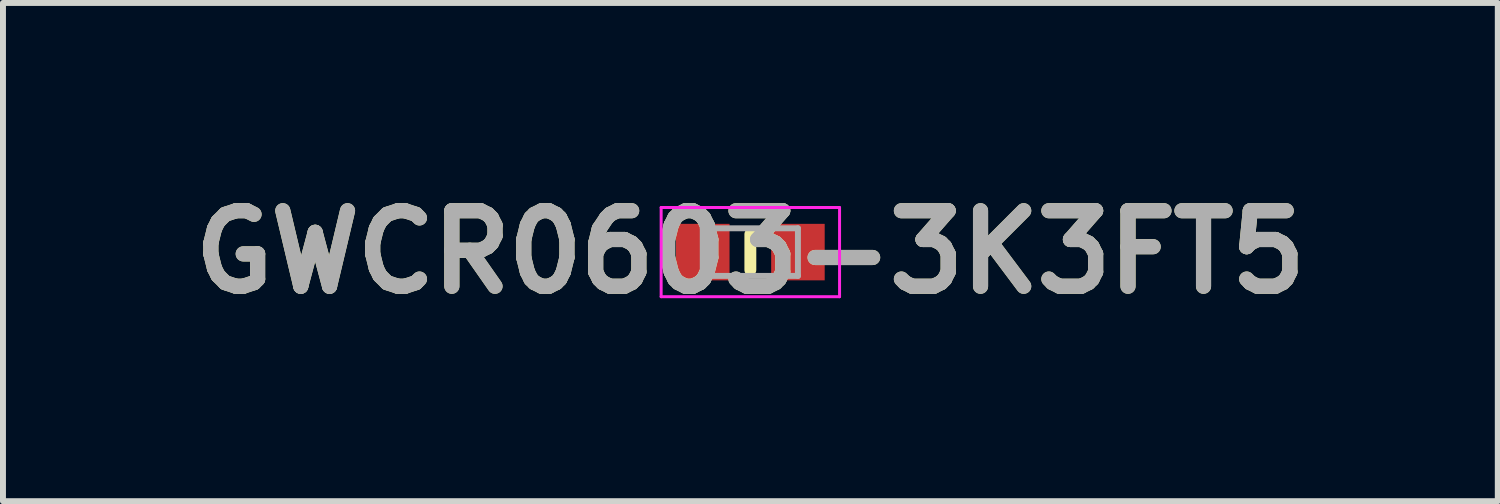
<source format=kicad_pcb>
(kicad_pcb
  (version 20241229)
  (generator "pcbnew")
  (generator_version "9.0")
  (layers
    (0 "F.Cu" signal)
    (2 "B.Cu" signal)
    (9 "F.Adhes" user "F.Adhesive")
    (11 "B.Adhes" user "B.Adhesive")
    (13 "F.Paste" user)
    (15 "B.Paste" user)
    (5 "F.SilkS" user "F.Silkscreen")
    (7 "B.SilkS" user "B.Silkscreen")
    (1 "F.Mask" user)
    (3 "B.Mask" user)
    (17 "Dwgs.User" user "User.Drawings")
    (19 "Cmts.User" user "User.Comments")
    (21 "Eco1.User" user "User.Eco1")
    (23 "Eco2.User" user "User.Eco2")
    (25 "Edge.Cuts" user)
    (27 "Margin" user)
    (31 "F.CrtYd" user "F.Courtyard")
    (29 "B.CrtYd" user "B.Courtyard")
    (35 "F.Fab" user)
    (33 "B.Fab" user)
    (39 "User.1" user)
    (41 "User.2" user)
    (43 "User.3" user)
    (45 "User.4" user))
  (footprint "GWCR0603-3K3FT5"
    (layer "F.Cu")
    (at 9.567 1.189)
    (property "Reference" "GWCR0603-3K3FT5" (at 0 0 0) (layer "F.SilkS") (effects (font (size 1.27 1.27) (thickness 0.254))))
    (attr smd)
    (fp_line (start 0 -0.3) (end 0 0.3) (stroke (width 0.2) (type solid)) (layer "F.SilkS"))
    (fp_line (start -1.5 -0.75) (end 1.5 -0.75) (stroke (width 0.05) (type solid)) (layer "F.CrtYd"))
    (fp_line (start -1.5 0.75) (end -1.5 -0.75) (stroke (width 0.05) (type solid)) (layer "F.CrtYd"))
    (fp_line (start 1.5 -0.75) (end 1.5 0.75) (stroke (width 0.05) (type solid)) (layer "F.CrtYd"))
    (fp_line (start 1.5 0.75) (end -1.5 0.75) (stroke (width 0.05) (type solid)) (layer "F.CrtYd"))
    (fp_line (start -0.8 -0.4) (end 0.8 -0.4) (stroke (width 0.1) (type solid)) (layer "F.Fab"))
    (fp_line (start -0.8 0.4) (end -0.8 -0.4) (stroke (width 0.1) (type solid)) (layer "F.Fab"))
    (fp_line (start 0.8 -0.4) (end 0.8 0.4) (stroke (width 0.1) (type solid)) (layer "F.Fab"))
    (fp_line (start 0.8 0.4) (end -0.8 0.4) (stroke (width 0.1) (type solid)) (layer "F.Fab"))
    (fp_text user "${REFERENCE}" (at 0 0 0) (layer "F.Fab") (effects (font (size 1.27 1.27) (thickness 0.254))))
    (pad "1" smd rect (at -0.8 0) (size 0.9 0.95) (layers "F.Cu" "F.Mask" "F.Paste"))
    (pad "2" smd rect (at 0.8 0) (size 0.9 0.95) (layers "F.Cu" "F.Mask" "F.Paste")))
  (gr_rect
    (start -3 -3)
    (end 22.135 5.377)
    (stroke (width 0.1) (type default))
    (fill no)
    (layer "Edge.Cuts")))
</source>
